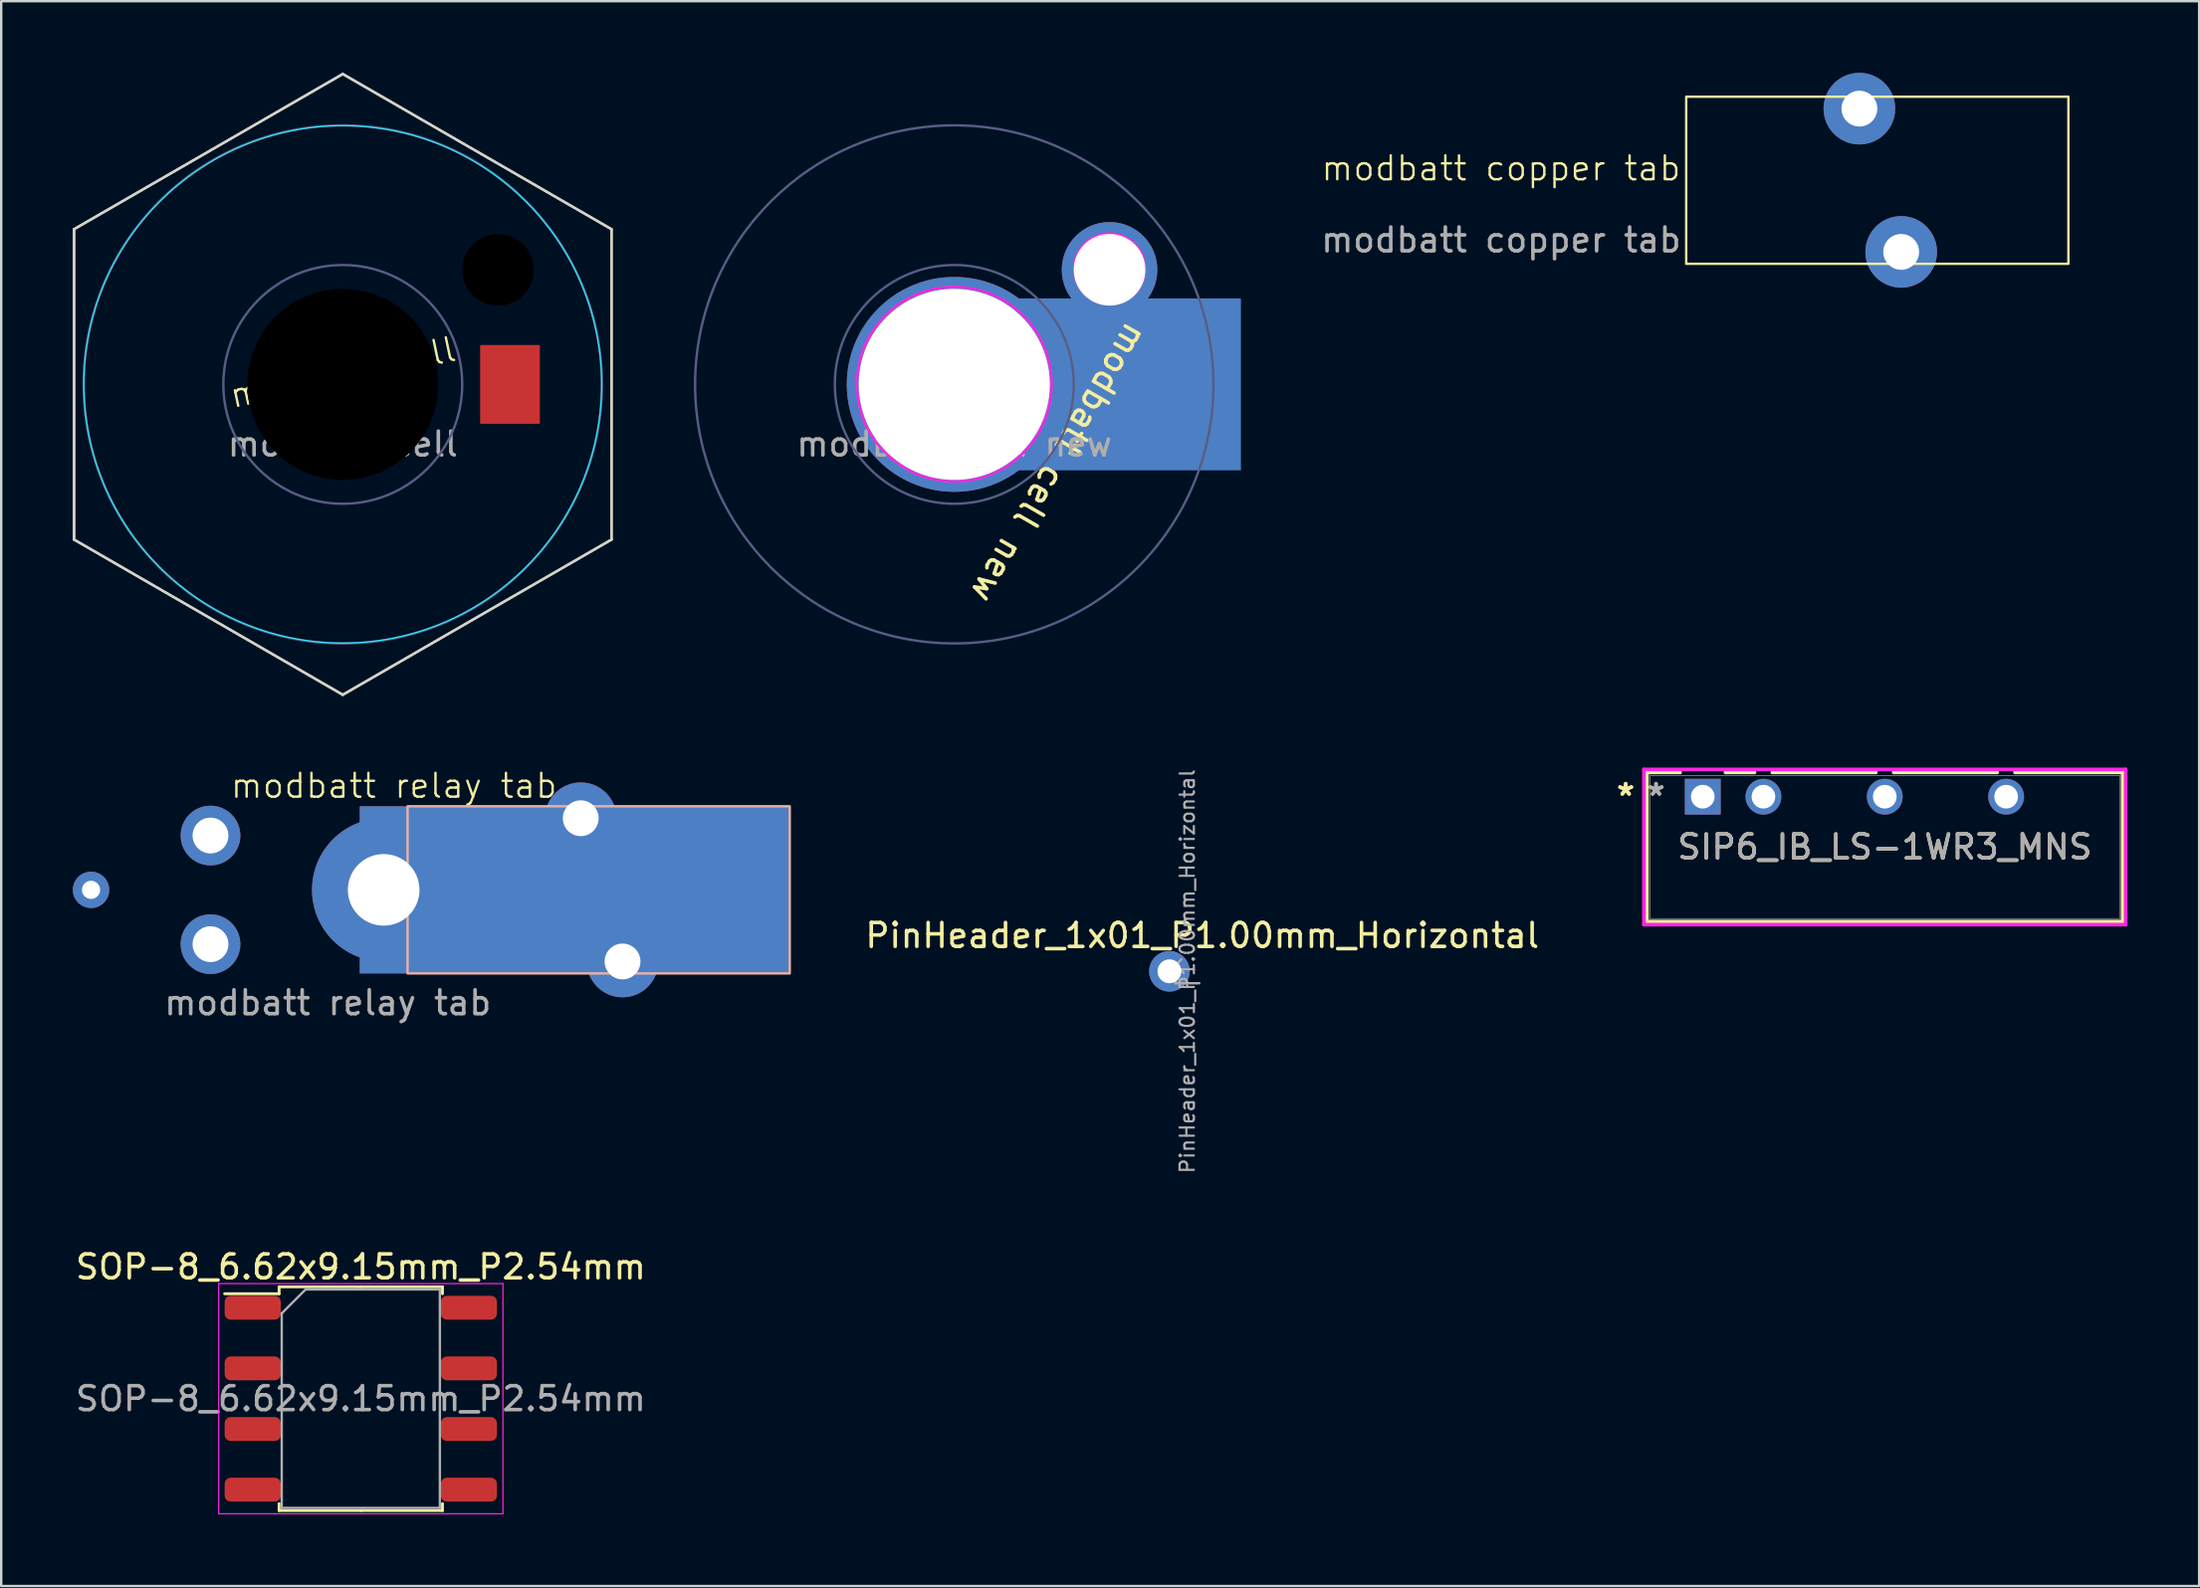
<source format=kicad_pcb>
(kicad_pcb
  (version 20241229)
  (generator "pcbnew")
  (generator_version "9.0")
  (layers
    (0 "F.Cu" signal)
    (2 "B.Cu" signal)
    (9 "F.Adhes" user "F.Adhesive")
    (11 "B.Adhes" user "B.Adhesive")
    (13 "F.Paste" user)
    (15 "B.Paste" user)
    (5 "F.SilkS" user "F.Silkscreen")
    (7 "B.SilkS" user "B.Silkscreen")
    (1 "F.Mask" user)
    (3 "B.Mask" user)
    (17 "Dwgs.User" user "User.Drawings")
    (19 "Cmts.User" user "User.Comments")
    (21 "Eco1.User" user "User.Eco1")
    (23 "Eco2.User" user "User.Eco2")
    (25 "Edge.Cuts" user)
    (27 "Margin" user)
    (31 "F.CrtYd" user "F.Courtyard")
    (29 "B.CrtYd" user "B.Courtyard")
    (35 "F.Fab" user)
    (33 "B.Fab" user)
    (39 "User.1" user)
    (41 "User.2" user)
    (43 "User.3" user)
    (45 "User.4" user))
  (footprint "SOP-8_6.62x9.15mm_P2.54mm"
    (layer "F.Cu")
    (at 12.054 55.533)
    (property "Reference" "SOP-8_6.62x9.15mm_P2.54mm" (at 0 -5.52 0) (layer "F.SilkS") (effects (font (size 1 1) (thickness 0.15))))
    (attr smd)
    (fp_line (start -3.42 -4.685) (end -3.42 -4.395) (stroke (width 0.12) (type solid)) (layer "F.SilkS"))
    (fp_line (start -3.42 -4.395) (end -5.7 -4.395) (stroke (width 0.12) (type solid)) (layer "F.SilkS"))
    (fp_line (start -3.42 4.685) (end -3.42 4.395) (stroke (width 0.12) (type solid)) (layer "F.SilkS"))
    (fp_line (start 0 -4.685) (end -3.42 -4.685) (stroke (width 0.12) (type solid)) (layer "F.SilkS"))
    (fp_line (start 0 -4.685) (end 3.42 -4.685) (stroke (width 0.12) (type solid)) (layer "F.SilkS"))
    (fp_line (start 0 4.685) (end -3.42 4.685) (stroke (width 0.12) (type solid)) (layer "F.SilkS"))
    (fp_line (start 0 4.685) (end 3.42 4.685) (stroke (width 0.12) (type solid)) (layer "F.SilkS"))
    (fp_line (start 3.42 -4.685) (end 3.42 -4.395) (stroke (width 0.12) (type solid)) (layer "F.SilkS"))
    (fp_line (start 3.42 4.685) (end 3.42 4.395) (stroke (width 0.12) (type solid)) (layer "F.SilkS"))
    (fp_line (start -5.95 -4.82) (end -5.95 4.82) (stroke (width 0.05) (type solid)) (layer "F.CrtYd"))
    (fp_line (start -5.95 4.82) (end 5.95 4.82) (stroke (width 0.05) (type solid)) (layer "F.CrtYd"))
    (fp_line (start 5.95 -4.82) (end -5.95 -4.82) (stroke (width 0.05) (type solid)) (layer "F.CrtYd"))
    (fp_line (start 5.95 4.82) (end 5.95 -4.82) (stroke (width 0.05) (type solid)) (layer "F.CrtYd"))
    (fp_line (start -3.31 -3.575) (end -2.31 -4.575) (stroke (width 0.1) (type solid)) (layer "F.Fab"))
    (fp_line (start -3.31 4.575) (end -3.31 -3.575) (stroke (width 0.1) (type solid)) (layer "F.Fab"))
    (fp_line (start -2.31 -4.575) (end 3.31 -4.575) (stroke (width 0.1) (type solid)) (layer "F.Fab"))
    (fp_line (start 3.31 -4.575) (end 3.31 4.575) (stroke (width 0.1) (type solid)) (layer "F.Fab"))
    (fp_line (start 3.31 4.575) (end -3.31 4.575) (stroke (width 0.1) (type solid)) (layer "F.Fab"))
    (fp_text user "${REFERENCE}" (at 0 0 0) (layer "F.Fab") (effects (font (size 1 1) (thickness 0.15))))
    (pad "1" smd roundrect (at -4.525 -3.81) (size 2.35 1) (layers "F.Cu" "F.Mask" "F.Paste") (roundrect_rratio 0.25))
    (pad "2" smd roundrect (at -4.525 -1.27) (size 2.35 1) (layers "F.Cu" "F.Mask" "F.Paste") (roundrect_rratio 0.25))
    (pad "3" smd roundrect (at -4.525 1.27) (size 2.35 1) (layers "F.Cu" "F.Mask" "F.Paste") (roundrect_rratio 0.25))
    (pad "4" smd roundrect (at -4.525 3.81) (size 2.35 1) (layers "F.Cu" "F.Mask" "F.Paste") (roundrect_rratio 0.25))
    (pad "5" smd roundrect (at 4.525 3.81) (size 2.35 1) (layers "F.Cu" "F.Mask" "F.Paste") (roundrect_rratio 0.25))
    (pad "6" smd roundrect (at 4.525 1.27) (size 2.35 1) (layers "F.Cu" "F.Mask" "F.Paste") (roundrect_rratio 0.25))
    (pad "7" smd roundrect (at 4.525 -1.27) (size 2.35 1) (layers "F.Cu" "F.Mask" "F.Paste") (roundrect_rratio 0.25))
    (pad "8" smd roundrect (at 4.525 -3.81) (size 2.35 1) (layers "F.Cu" "F.Mask" "F.Paste") (roundrect_rratio 0.25)))
  (footprint "PinHeader_1x01_P1.00mm_Horizontal"
    (layer "F.Cu")
    (at 45.907 37.632)
    (property "Reference" "PinHeader_1x01_P1.00mm_Horizontal" (at 1.375 -1.5 0) (layer "F.SilkS") (effects (font (size 1 1) (thickness 0.15))))
    (attr through_hole)
    (fp_line (start -0.15 -0.15) (end -0.15 0.15) (stroke (width 0.1) (type solid)) (layer "F.Fab"))
    (fp_line (start -0.15 -0.15) (end 0.25 -0.15) (stroke (width 0.1) (type solid)) (layer "F.Fab"))
    (fp_line (start -0.15 0.15) (end 0.25 0.15) (stroke (width 0.1) (type solid)) (layer "F.Fab"))
    (fp_line (start 0.25 -0.25) (end 0.5 -0.5) (stroke (width 0.1) (type solid)) (layer "F.Fab"))
    (fp_line (start 0.25 0.5) (end 0.25 -0.25) (stroke (width 0.1) (type solid)) (layer "F.Fab"))
    (fp_line (start 1.25 0.5) (end 0.25 0.5) (stroke (width 0.1) (type solid)) (layer "F.Fab"))
    (fp_circle (center 0 0) (end 0.762 0.508) (stroke (width 0.1) (type default)) (fill no) (layer "User.1"))
    (fp_text user "${REFERENCE}" (at 0.75 0 90) (layer "F.Fab") (effects (font (size 0.6 0.6) (thickness 0.09))))
    (pad "1" thru_hole circle (at 0 0) (size 1.7 1.7) (drill 1) (layers "*.Cu" "*.Mask")))
  (footprint "modbatt relay tab"
    (layer "F.Cu")
    (at 6.262 34.221)
    (property "Reference" "modbatt relay tab" (at 7.18 -4.36 0) (unlocked yes) (layer "F.SilkS") (effects (font (size 1 1) (thickness 0.1))))
    (fp_rect (start 7.75 -3.5) (end 23.75 3.5) (stroke (width 0.1) (type default)) (fill no) (layer "B.SilkS"))
    (fp_text user "${REFERENCE}" (at 4.41 4.73 0) (unlocked yes) (layer "F.Fab") (effects (font (size 1 1) (thickness 0.15))))
    (pad "1" thru_hole circle (at 6.75 0) (size 6 6) (drill 3) (layers "*.Cu" "*.Mask"))
    (pad "1" smd rect (at 14.75 0) (size 18 7) (layers "F.Cu" "F.Mask"))
    (pad "1" smd rect (at 14.75 0) (size 18 7) (layers "B.Cu" "B.Mask"))
    (pad "1" thru_hole circle (at 15 -3) (size 3 3) (drill 1.5) (layers "*.Cu" "*.Mask"))
    (pad "1" thru_hole circle (at 16.75 3) (size 3 3) (drill 1.5) (layers "*.Cu" "*.Mask"))
    (pad "2" thru_hole circle (at -0.5 -2.275) (size 2.5 2.5) (drill 1.5) (layers "*.Cu" "*.Mask"))
    (pad "3" thru_hole circle (at -0.5 2.275) (size 2.5 2.5) (drill 1.5) (layers "*.Cu" "*.Mask"))
    (pad "4" thru_hole circle (at -5.5 0) (size 1.524 1.524) (drill 0.762) (layers "*.Cu" "*.Mask")))
  (footprint "modbatt copper tab"
    (layer "F.Cu")
    (at 59.791 4.5)
    (property "Reference" "modbatt copper tab" (at 0 -0.5 0) (unlocked yes) (layer "F.SilkS") (effects (font (size 1 1) (thickness 0.1))))
    (fp_rect (start 7.75 -3.5) (end 23.75 3.5) (stroke (width 0.1) (type default)) (fill no) (layer "F.SilkS"))
    (fp_text user "${REFERENCE}" (at 0 2.5 0) (unlocked yes) (layer "F.Fab") (effects (font (size 1 1) (thickness 0.15))))
    (pad "2" thru_hole circle (at 15 -3) (size 3 3) (drill 1.5) (layers "*.Cu" "*.Mask"))
    (pad "3" thru_hole circle (at 16.75 3) (size 3 3) (drill 1.5) (layers "*.Cu" "*.Mask")))
  (footprint "modbatt cell new"
    (layer "F.Cu")
    (at 36.9 13.05)
    (property "Reference" "modbatt cell new" (at 4.373 3.287 240) (unlocked yes) (layer "F.SilkS") (effects (font (size 1 1) (thickness 0.15))))
    (fp_circle (center 0 -0.01) (end 4.073 -0.01) (stroke (width 0.1) (type default)) (fill no) (layer "F.CrtYd"))
    (fp_circle (center 6.5 -4.84) (end 7.979 -4.84) (stroke (width 0.1) (type default)) (fill no) (layer "F.CrtYd"))
    (fp_circle (center 0 0) (end 5 0) (stroke (width 0.1) (type default)) (fill no) (layer "B.Fab"))
    (fp_circle (center 0 0) (end 10.85 0) (stroke (width 0.1) (type default)) (fill no) (layer "B.Fab"))
    (fp_line (start -11.25 -6.5) (end -11.25 6.5) (stroke (width 0.1) (type default)) (layer "User.1"))
    (fp_line (start -11.25 6.5) (end 0 13) (stroke (width 0.1) (type default)) (layer "User.1"))
    (fp_line (start 0 -13) (end -11.25 -6.5) (stroke (width 0.1) (type default)) (layer "User.1"))
    (fp_line (start 0 13) (end 11.25 6.5) (stroke (width 0.1) (type default)) (layer "User.1"))
    (fp_line (start 3.556 -3.81) (end 12.192 -3.81) (stroke (width 0.1) (type default)) (layer "User.1"))
    (fp_line (start 11.25 -6.5) (end 0 -13) (stroke (width 0.1) (type default)) (layer "User.1"))
    (fp_line (start 11.25 6.5) (end 11.25 -6.5) (stroke (width 0.1) (type default)) (layer "User.1"))
    (fp_line (start 12.192 -3.81) (end 12.192 3.81) (stroke (width 0.1) (type default)) (layer "User.1"))
    (fp_line (start 12.192 3.81) (end 3.556 3.81) (stroke (width 0.1) (type default)) (layer "User.1"))
    (fp_circle (center 0 -0.01) (end 3.81 1.43) (stroke (width 0.1) (type default)) (fill no) (layer "User.1"))
    (fp_circle (center 0 -0.01) (end 4.025 2.075) (stroke (width 0.1) (type default)) (fill no) (layer "User.1"))
    (fp_circle (center 6.5 -4.84) (end 7.65 -3.91) (stroke (width 0.1) (type default)) (fill no) (layer "User.1"))
    (fp_text user "${REFERENCE}" (at 0 2.5 0) (unlocked yes) (layer "F.Fab") (effects (font (size 1 1) (thickness 0.15))))
    (pad "1" thru_hole circle (at 0 0) (size 9 9) (drill 8) (layers "*.Cu" "*.Mask"))
    (pad "1" smd rect (at 6 0) (size 12 7.2) (layers "B.Cu" "B.Mask"))
    (pad "1" thru_hole circle (at 6.5 -4.8) (size 4 4) (drill 3) (layers "*.Cu" "*.Mask"))
    (pad "1" smd rect (at 7 0) (size 2.5 3.3) (layers "F.Cu" "F.Mask" "F.Paste")))
  (footprint "modbatt cell"
    (layer "F.Cu")
    (at 11.3 13.05)
    (property "Reference" "modbatt cell" (at 0 -0.5 12) (unlocked yes) (layer "F.SilkS") (effects (font (size 1 1) (thickness 0.1))))
    (fp_line (start -11.25 -6.5) (end 0 -13) (stroke (width 0.1) (type default)) (layer "F.SilkS"))
    (fp_line (start -11.25 6.5) (end -11.25 -6.5) (stroke (width 0.1) (type default)) (layer "F.SilkS"))
    (fp_line (start 0 -13) (end 11.25 -6.5) (stroke (width 0.1) (type default)) (layer "F.SilkS"))
    (fp_line (start 0 13) (end -11.25 6.5) (stroke (width 0.1) (type default)) (layer "F.SilkS"))
    (fp_line (start 11.25 -6.5) (end 11.25 6.5) (stroke (width 0.1) (type default)) (layer "F.SilkS"))
    (fp_line (start 11.25 6.5) (end 0 13) (stroke (width 0.1) (type default)) (layer "F.SilkS"))
    (fp_line (start -11.25 -6.5) (end -11.25 6.5) (stroke (width 0.1) (type default)) (layer "Edge.Cuts"))
    (fp_line (start -11.25 6.5) (end 0 13) (stroke (width 0.1) (type default)) (layer "Edge.Cuts"))
    (fp_line (start 0 -13) (end -11.25 -6.5) (stroke (width 0.1) (type default)) (layer "Edge.Cuts"))
    (fp_line (start 0 13) (end 11.25 6.5) (stroke (width 0.1) (type default)) (layer "Edge.Cuts"))
    (fp_line (start 11.25 -6.5) (end 0 -13) (stroke (width 0.1) (type default)) (layer "Edge.Cuts"))
    (fp_line (start 11.25 6.5) (end 11.25 -6.5) (stroke (width 0.1) (type default)) (layer "Edge.Cuts"))
    (fp_circle (center 0 0) (end 9.55 -5.12) (stroke (width 0.05) (type default)) (fill no) (layer "B.CrtYd"))
    (fp_circle (center 0 0) (end 5 0) (stroke (width 0.1) (type default)) (fill no) (layer "B.Fab"))
    (fp_circle (center 0 0) (end 10.85 0) (stroke (width 0.1) (type default)) (fill no) (layer "B.Fab"))
    (fp_line (start 3.556 -3.81) (end 11.049 -3.81) (stroke (width 0.1) (type default)) (layer "User.1"))
    (fp_line (start 11.049 -3.81) (end 11.049 3.81) (stroke (width 0.1) (type default)) (layer "User.1"))
    (fp_line (start 11.049 3.81) (end 3.556 3.81) (stroke (width 0.1) (type default)) (layer "User.1"))
    (fp_text user "${REFERENCE}" (at 0 2.5 0) (unlocked yes) (layer "F.Fab") (effects (font (size 1 1) (thickness 0.15))))
    (pad "" np_thru_hole circle (at 0 0) (size 8 8) (drill 8) (layers "*.Mask"))
    (pad "" np_thru_hole circle (at 6.5 -4.8) (size 3 3) (drill 3) (layers "*.Mask"))
    (pad "1" smd rect (at 7 0) (size 2.5 3.3) (layers "F.Cu" "F.Mask" "F.Paste")))
  (footprint "SIP6_IB_LS-1WR3_MNS"
    (layer "F.Cu")
    (at 68.234 30.319)
    (property "Reference" "SIP6_IB_LS-1WR3_MNS" (at 7.62 2.108 0) (unlocked yes) (layer "F.SilkS") (effects (font (size 1 1) (thickness 0.15))))
    (attr through_hole)
    (fp_line (start -2.337 -1.016) (end -2.337 5.232) (stroke (width 0.152) (type solid)) (layer "F.SilkS"))
    (fp_line (start -2.337 5.232) (end 17.577 5.232) (stroke (width 0.152) (type solid)) (layer "F.SilkS"))
    (fp_line (start -0.948 -1.016) (end -2.337 -1.016) (stroke (width 0.152) (type solid)) (layer "F.SilkS"))
    (fp_line (start 2.168 -1.016) (end 0.948 -1.016) (stroke (width 0.152) (type solid)) (layer "F.SilkS"))
    (fp_line (start 7.248 -1.016) (end 2.912 -1.016) (stroke (width 0.152) (type solid)) (layer "F.SilkS"))
    (fp_line (start 12.328 -1.016) (end 7.992 -1.016) (stroke (width 0.152) (type solid)) (layer "F.SilkS"))
    (fp_line (start 17.577 -1.016) (end 13.072 -1.016) (stroke (width 0.152) (type solid)) (layer "F.SilkS"))
    (fp_line (start 17.577 5.232) (end 17.577 -1.016) (stroke (width 0.152) (type solid)) (layer "F.SilkS"))
    (fp_line (start -2.464 -1.143) (end 17.704 -1.143) (stroke (width 0.152) (type solid)) (layer "F.CrtYd"))
    (fp_line (start -2.464 5.359) (end -2.464 -1.143) (stroke (width 0.152) (type solid)) (layer "F.CrtYd"))
    (fp_line (start 17.704 -1.143) (end 17.704 5.359) (stroke (width 0.152) (type solid)) (layer "F.CrtYd"))
    (fp_line (start 17.704 5.359) (end -2.464 5.359) (stroke (width 0.152) (type solid)) (layer "F.CrtYd"))
    (fp_line (start -2.21 -0.889) (end -2.21 5.105) (stroke (width 0.025) (type solid)) (layer "F.Fab"))
    (fp_line (start -2.21 5.105) (end 17.45 5.105) (stroke (width 0.025) (type solid)) (layer "F.Fab"))
    (fp_line (start 17.45 -0.889) (end -2.21 -0.889) (stroke (width 0.025) (type solid)) (layer "F.Fab"))
    (fp_line (start 17.45 5.105) (end 17.45 -0.889) (stroke (width 0.025) (type solid)) (layer "F.Fab"))
    (fp_text user "*" (at -3.226 0 0) (layer "F.SilkS") (effects (font (size 1 1) (thickness 0.15))))
    (fp_text user "*" (at -3.226 0 0) (unlocked yes) (layer "F.SilkS") (effects (font (size 1 1) (thickness 0.15))))
    (fp_text user "${REFERENCE}" (at 7.62 2.108 0) (unlocked yes) (layer "F.Fab") (effects (font (size 1 1) (thickness 0.15))))
    (fp_text user "*" (at -1.956 0 0) (layer "F.Fab") (effects (font (size 1 1) (thickness 0.15))))
    (fp_text user "*" (at -1.956 0 0) (unlocked yes) (layer "F.Fab") (effects (font (size 1 1) (thickness 0.15))))
    (pad "1" thru_hole rect (at 0 0) (size 1.499 1.499) (drill 0.991) (layers "*.Cu" "*.Mask"))
    (pad "2" thru_hole circle (at 2.54 0) (size 1.499 1.499) (drill 0.991) (layers "*.Cu" "*.Mask"))
    (pad "4" thru_hole circle (at 7.62 0) (size 1.499 1.499) (drill 0.991) (layers "*.Cu" "*.Mask"))
    (pad "6" thru_hole circle (at 12.7 0) (size 1.499 1.499) (drill 0.991) (layers "*.Cu" "*.Mask")))
  (gr_rect
    (start -3 -3)
    (end 89.014 63.378)
    (stroke (width 0.1) (type default))
    (fill no)
    (layer "Edge.Cuts")))
</source>
